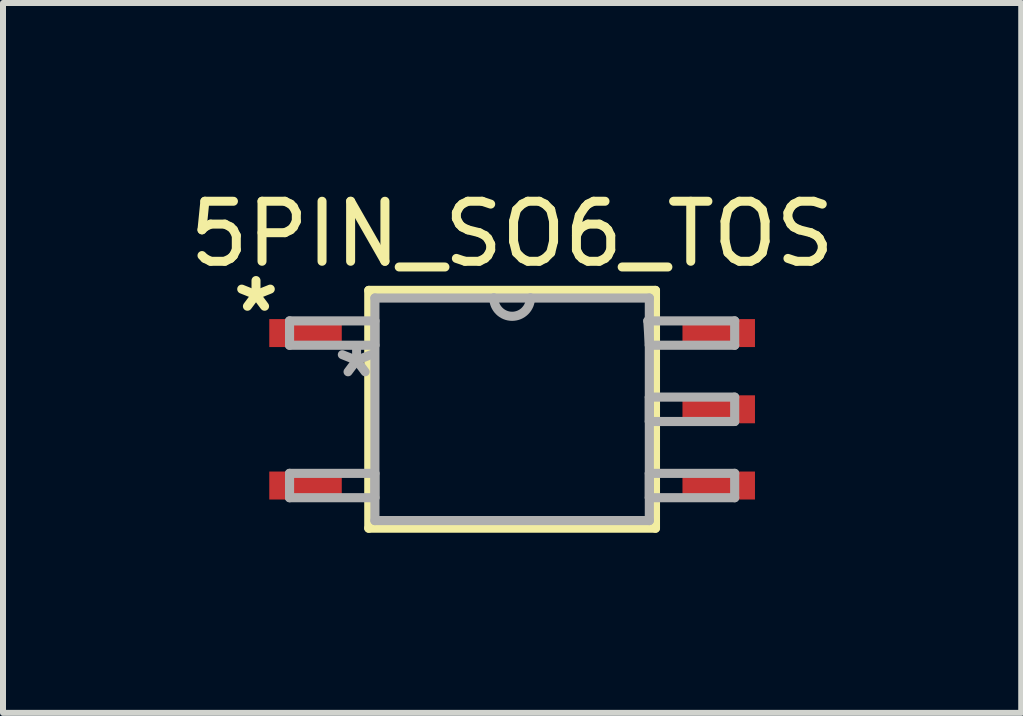
<source format=kicad_pcb>
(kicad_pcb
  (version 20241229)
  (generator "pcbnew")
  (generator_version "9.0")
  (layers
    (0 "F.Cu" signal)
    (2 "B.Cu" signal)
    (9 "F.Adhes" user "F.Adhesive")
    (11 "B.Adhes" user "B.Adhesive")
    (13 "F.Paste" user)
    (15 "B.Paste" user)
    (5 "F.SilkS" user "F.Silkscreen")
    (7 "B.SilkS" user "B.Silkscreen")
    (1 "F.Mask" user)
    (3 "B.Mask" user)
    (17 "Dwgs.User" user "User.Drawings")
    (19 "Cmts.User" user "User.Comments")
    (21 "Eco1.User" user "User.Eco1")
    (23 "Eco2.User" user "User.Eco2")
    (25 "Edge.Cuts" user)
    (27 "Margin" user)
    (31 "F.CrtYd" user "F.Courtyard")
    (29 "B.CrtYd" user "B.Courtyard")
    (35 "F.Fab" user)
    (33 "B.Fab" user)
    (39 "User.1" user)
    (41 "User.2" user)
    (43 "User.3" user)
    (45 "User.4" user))
  (footprint "5PIN_SO6_TOS"
    (layer "F.Cu")
    (at 5.482 3.769)
    (property "Reference" "5PIN_SO6_TOS" (at 0 -2.921 0) (layer "F.SilkS") (effects (font (size 1 1) (thickness 0.15))))
    (attr smd)
    (fp_line (start -2.388 -1.981) (end -2.388 1.981) (stroke (width 0.152) (type solid)) (layer "F.SilkS"))
    (fp_line (start -2.388 1.981) (end 2.388 1.981) (stroke (width 0.152) (type solid)) (layer "F.SilkS"))
    (fp_line (start 2.388 -1.981) (end -2.388 -1.981) (stroke (width 0.152) (type solid)) (layer "F.SilkS"))
    (fp_line (start 2.388 1.981) (end 2.388 -1.981) (stroke (width 0.152) (type solid)) (layer "F.SilkS"))
    (fp_line (start -3.708 -1.473) (end -3.708 -1.067) (stroke (width 0.152) (type solid)) (layer "F.Fab"))
    (fp_line (start -3.708 -1.067) (end -2.286 -1.067) (stroke (width 0.152) (type solid)) (layer "F.Fab"))
    (fp_line (start -3.708 1.067) (end -3.708 1.473) (stroke (width 0.152) (type solid)) (layer "F.Fab"))
    (fp_line (start -3.708 1.473) (end -2.286 1.473) (stroke (width 0.152) (type solid)) (layer "F.Fab"))
    (fp_line (start -2.286 -1.854) (end -2.286 1.854) (stroke (width 0.152) (type solid)) (layer "F.Fab"))
    (fp_line (start -2.286 -1.473) (end -3.708 -1.473) (stroke (width 0.152) (type solid)) (layer "F.Fab"))
    (fp_line (start -2.286 -1.067) (end -2.286 -1.473) (stroke (width 0.152) (type solid)) (layer "F.Fab"))
    (fp_line (start -2.286 1.067) (end -3.708 1.067) (stroke (width 0.152) (type solid)) (layer "F.Fab"))
    (fp_line (start -2.286 1.473) (end -2.286 1.067) (stroke (width 0.152) (type solid)) (layer "F.Fab"))
    (fp_line (start -2.286 1.854) (end 2.286 1.854) (stroke (width 0.152) (type solid)) (layer "F.Fab"))
    (fp_line (start -0.305 -1.854) (end -2.286 -1.854) (stroke (width 0.152) (type solid)) (layer "F.Fab"))
    (fp_line (start 0.305 -1.854) (end -0.305 -1.854) (stroke (width 0.152) (type solid)) (layer "F.Fab"))
    (fp_line (start 2.261 -1.473) (end 2.286 -1.067) (stroke (width 0.152) (type solid)) (layer "F.Fab"))
    (fp_line (start 2.286 -1.854) (end 0.305 -1.854) (stroke (width 0.152) (type solid)) (layer "F.Fab"))
    (fp_line (start 2.286 -1.067) (end 3.708 -1.067) (stroke (width 0.152) (type solid)) (layer "F.Fab"))
    (fp_line (start 2.286 -0.203) (end 2.286 0.203) (stroke (width 0.152) (type solid)) (layer "F.Fab"))
    (fp_line (start 2.286 0.203) (end 3.708 0.203) (stroke (width 0.152) (type solid)) (layer "F.Fab"))
    (fp_line (start 2.286 1.067) (end 2.286 1.473) (stroke (width 0.152) (type solid)) (layer "F.Fab"))
    (fp_line (start 2.286 1.473) (end 3.708 1.473) (stroke (width 0.152) (type solid)) (layer "F.Fab"))
    (fp_line (start 2.286 1.854) (end 2.286 -1.854) (stroke (width 0.152) (type solid)) (layer "F.Fab"))
    (fp_line (start 3.708 -1.473) (end 2.261 -1.473) (stroke (width 0.152) (type solid)) (layer "F.Fab"))
    (fp_line (start 3.708 -1.067) (end 3.708 -1.473) (stroke (width 0.152) (type solid)) (layer "F.Fab"))
    (fp_line (start 3.708 -0.203) (end 2.286 -0.203) (stroke (width 0.152) (type solid)) (layer "F.Fab"))
    (fp_line (start 3.708 0.203) (end 3.708 -0.203) (stroke (width 0.152) (type solid)) (layer "F.Fab"))
    (fp_line (start 3.708 1.067) (end 2.286 1.067) (stroke (width 0.152) (type solid)) (layer "F.Fab"))
    (fp_line (start 3.708 1.473) (end 3.708 1.067) (stroke (width 0.152) (type solid)) (layer "F.Fab"))
    (fp_arc (start 0.3048 -1.8542) (mid 0 -1.5494) (end -0.3048 -1.8542) (stroke (width 0.1524) (type solid)) (layer "F.Fab"))
    (fp_text user "*" (at -4.267 -1.6 0) (layer "F.SilkS") (effects (font (size 1 1) (thickness 0.15))))
    (fp_text user "*" (at -2.591 -0.508 0) (layer "F.Fab") (effects (font (size 1 1) (thickness 0.15))))
    (pad "1" smd rect (at -3.442 -1.27) (size 1.208 0.466) (layers "F.Cu" "F.Mask" "F.Paste"))
    (pad "3" smd rect (at -3.442 1.27) (size 1.208 0.466) (layers "F.Cu" "F.Mask" "F.Paste"))
    (pad "4" smd rect (at 3.442 1.27) (size 1.208 0.466) (layers "F.Cu" "F.Mask" "F.Paste"))
    (pad "5" smd rect (at 3.442 0) (size 1.208 0.466) (layers "F.Cu" "F.Mask" "F.Paste"))
    (pad "6" smd rect (at 3.442 -1.27) (size 1.208 0.466) (layers "F.Cu" "F.Mask" "F.Paste")))
  (gr_rect
    (start -3 -3)
    (end 13.964 8.827)
    (stroke (width 0.1) (type default))
    (fill no)
    (layer "Edge.Cuts")))
</source>
